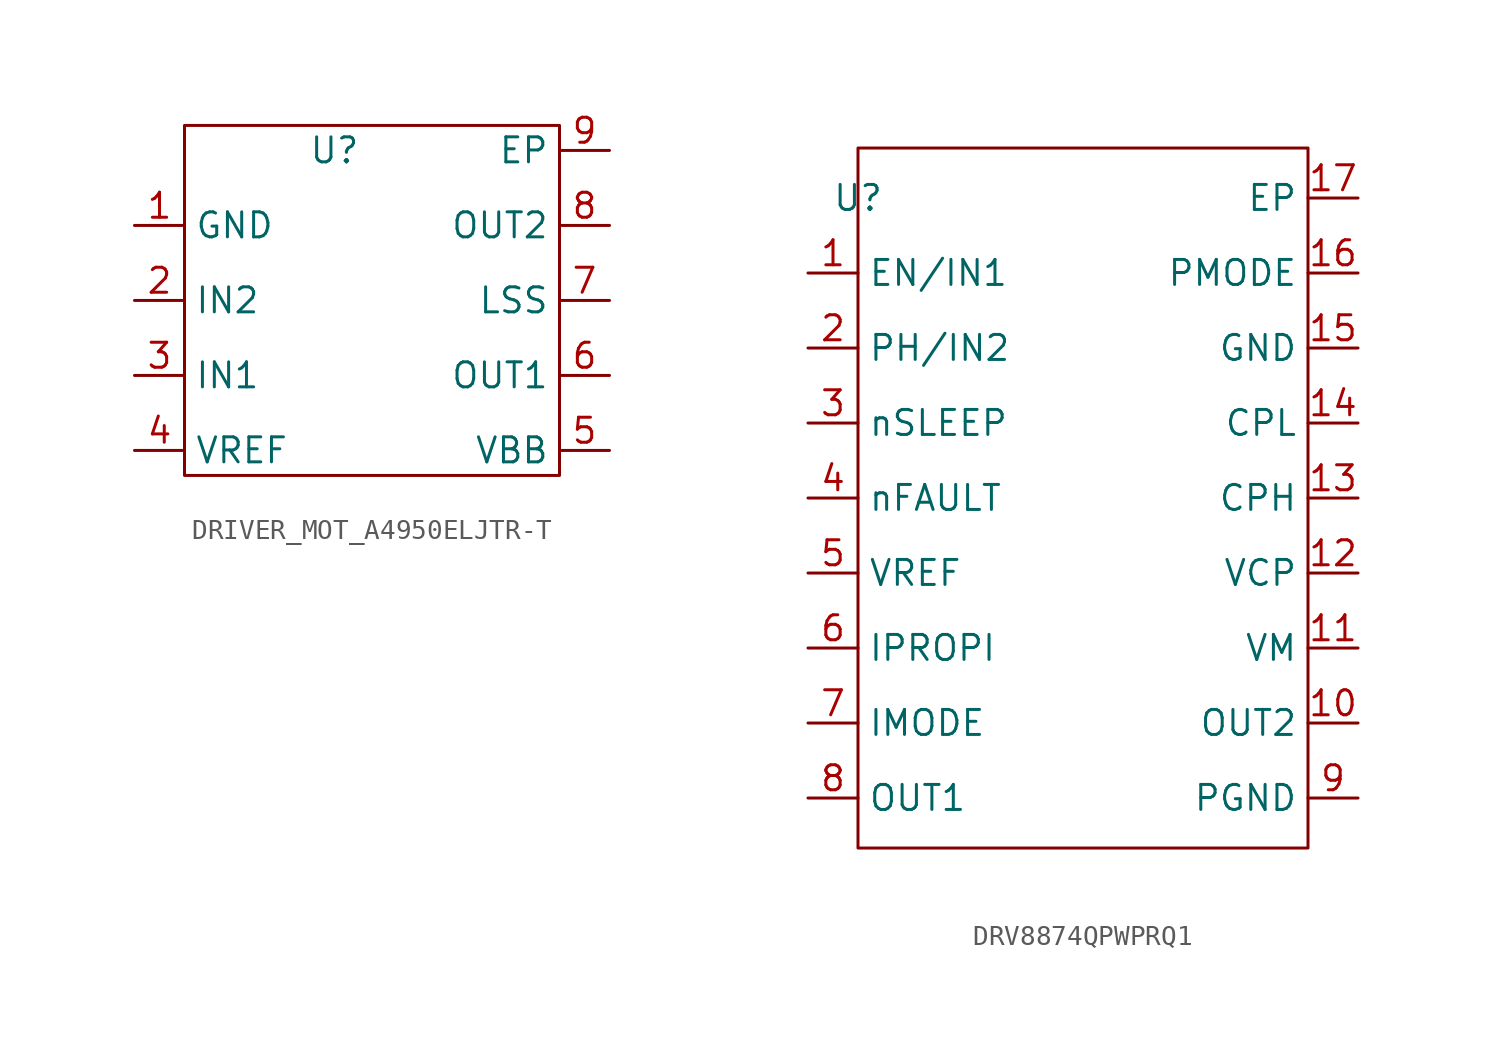
<source format=kicad_sym>
(kicad_symbol_lib
  (version 20231120)
  (generator "kicad_symbol_editor")
  (generator_version "8.0")
  (symbol "DRIVER_MOT_A4950ELJTR-T"
    (property "Reference" "U"
      (at 0 0 0)
      (effects (font (size 1.27 1.27))))
    (property "Value" ""
      (at 0 0 0)
      (effects (font (size 1.27 1.27))))
    (symbol "DRIVER_MOT_A4950ELJTR-T_0_1"
      (rectangle (start -7.62 1.27) (end 11.43 -16.51) (stroke (width 0) (type default)) (fill (type none))))
    (symbol "DRIVER_MOT_A4950ELJTR-T_1_1"
      (pin input line (at -10.16 -3.81 0) (length 2.54) (name "GND" (effects (font (size 1.27 1.27)))) (number "1" (effects (font (size 1.27 1.27)))))
      (pin input line (at -10.16 -7.62 0) (length 2.54) (name "IN2" (effects (font (size 1.27 1.27)))) (number "2" (effects (font (size 1.27 1.27)))))
      (pin input line (at -10.16 -11.43 0) (length 2.54) (name "IN1" (effects (font (size 1.27 1.27)))) (number "3" (effects (font (size 1.27 1.27)))))
      (pin input line (at -10.16 -15.24 0) (length 2.54) (name "VREF" (effects (font (size 1.27 1.27)))) (number "4" (effects (font (size 1.27 1.27)))))
      (pin input line (at 13.97 -15.24 180) (length 2.54) (name "VBB" (effects (font (size 1.27 1.27)))) (number "5" (effects (font (size 1.27 1.27)))))
      (pin input line (at 13.97 -11.43 180) (length 2.54) (name "OUT1" (effects (font (size 1.27 1.27)))) (number "6" (effects (font (size 1.27 1.27)))))
      (pin input line (at 13.97 -7.62 180) (length 2.54) (name "LSS" (effects (font (size 1.27 1.27)))) (number "7" (effects (font (size 1.27 1.27)))))
      (pin input line (at 13.97 -3.81 180) (length 2.54) (name "OUT2" (effects (font (size 1.27 1.27)))) (number "8" (effects (font (size 1.27 1.27)))))
      (pin input line (at 13.97 0 180) (length 2.54) (name "EP" (effects (font (size 1.27 1.27)))) (number "9" (effects (font (size 1.27 1.27)))))))
  (symbol "DRV8874QPWPRQ1"
    (property "Reference" "U"
      (at 0 0 0)
      (effects (font (size 1.27 1.27))))
    (property "Value" ""
      (at 0 0 0)
      (effects (font (size 1.27 1.27))))
    (symbol "DRV8874QPWPRQ1_0_1"
      (rectangle (start 0 -33.02) (end 22.86 2.54) (stroke (width 0) (type default)) (fill (type none))))
    (symbol "DRV8874QPWPRQ1_1_1"
      (pin input line (at -2.54 -3.81 0) (length 2.54) (name "EN/IN1" (effects (font (size 1.27 1.27)))) (number "1" (effects (font (size 1.27 1.27)))))
      (pin input line (at 25.4 -26.67 180) (length 2.54) (name "OUT2" (effects (font (size 1.27 1.27)))) (number "10" (effects (font (size 1.27 1.27)))))
      (pin input line (at 25.4 -22.86 180) (length 2.54) (name "VM" (effects (font (size 1.27 1.27)))) (number "11" (effects (font (size 1.27 1.27)))))
      (pin input line (at 25.4 -19.05 180) (length 2.54) (name "VCP" (effects (font (size 1.27 1.27)))) (number "12" (effects (font (size 1.27 1.27)))))
      (pin input line (at 25.4 -15.24 180) (length 2.54) (name "CPH" (effects (font (size 1.27 1.27)))) (number "13" (effects (font (size 1.27 1.27)))))
      (pin input line (at 25.4 -11.43 180) (length 2.54) (name "CPL" (effects (font (size 1.27 1.27)))) (number "14" (effects (font (size 1.27 1.27)))))
      (pin input line (at 25.4 -7.62 180) (length 2.54) (name "GND" (effects (font (size 1.27 1.27)))) (number "15" (effects (font (size 1.27 1.27)))))
      (pin input line (at 25.4 -3.81 180) (length 2.54) (name "PMODE" (effects (font (size 1.27 1.27)))) (number "16" (effects (font (size 1.27 1.27)))))
      (pin input line (at 25.4 0 180) (length 2.54) (name "EP" (effects (font (size 1.27 1.27)))) (number "17" (effects (font (size 1.27 1.27)))))
      (pin input line (at -2.54 -7.62 0) (length 2.54) (name "PH/IN2" (effects (font (size 1.27 1.27)))) (number "2" (effects (font (size 1.27 1.27)))))
      (pin input line (at -2.54 -11.43 0) (length 2.54) (name "nSLEEP" (effects (font (size 1.27 1.27)))) (number "3" (effects (font (size 1.27 1.27)))))
      (pin input line (at -2.54 -15.24 0) (length 2.54) (name "nFAULT" (effects (font (size 1.27 1.27)))) (number "4" (effects (font (size 1.27 1.27)))))
      (pin input line (at -2.54 -19.05 0) (length 2.54) (name "VREF" (effects (font (size 1.27 1.27)))) (number "5" (effects (font (size 1.27 1.27)))))
      (pin input line (at -2.54 -22.86 0) (length 2.54) (name "IPROPI" (effects (font (size 1.27 1.27)))) (number "6" (effects (font (size 1.27 1.27)))))
      (pin input line (at -2.54 -26.67 0) (length 2.54) (name "IMODE" (effects (font (size 1.27 1.27)))) (number "7" (effects (font (size 1.27 1.27)))))
      (pin input line (at -2.54 -30.48 0) (length 2.54) (name "OUT1" (effects (font (size 1.27 1.27)))) (number "8" (effects (font (size 1.27 1.27)))))
      (pin input line (at 25.4 -30.48 180) (length 2.54) (name "PGND" (effects (font (size 1.27 1.27)))) (number "9" (effects (font (size 1.27 1.27))))))))
</source>
